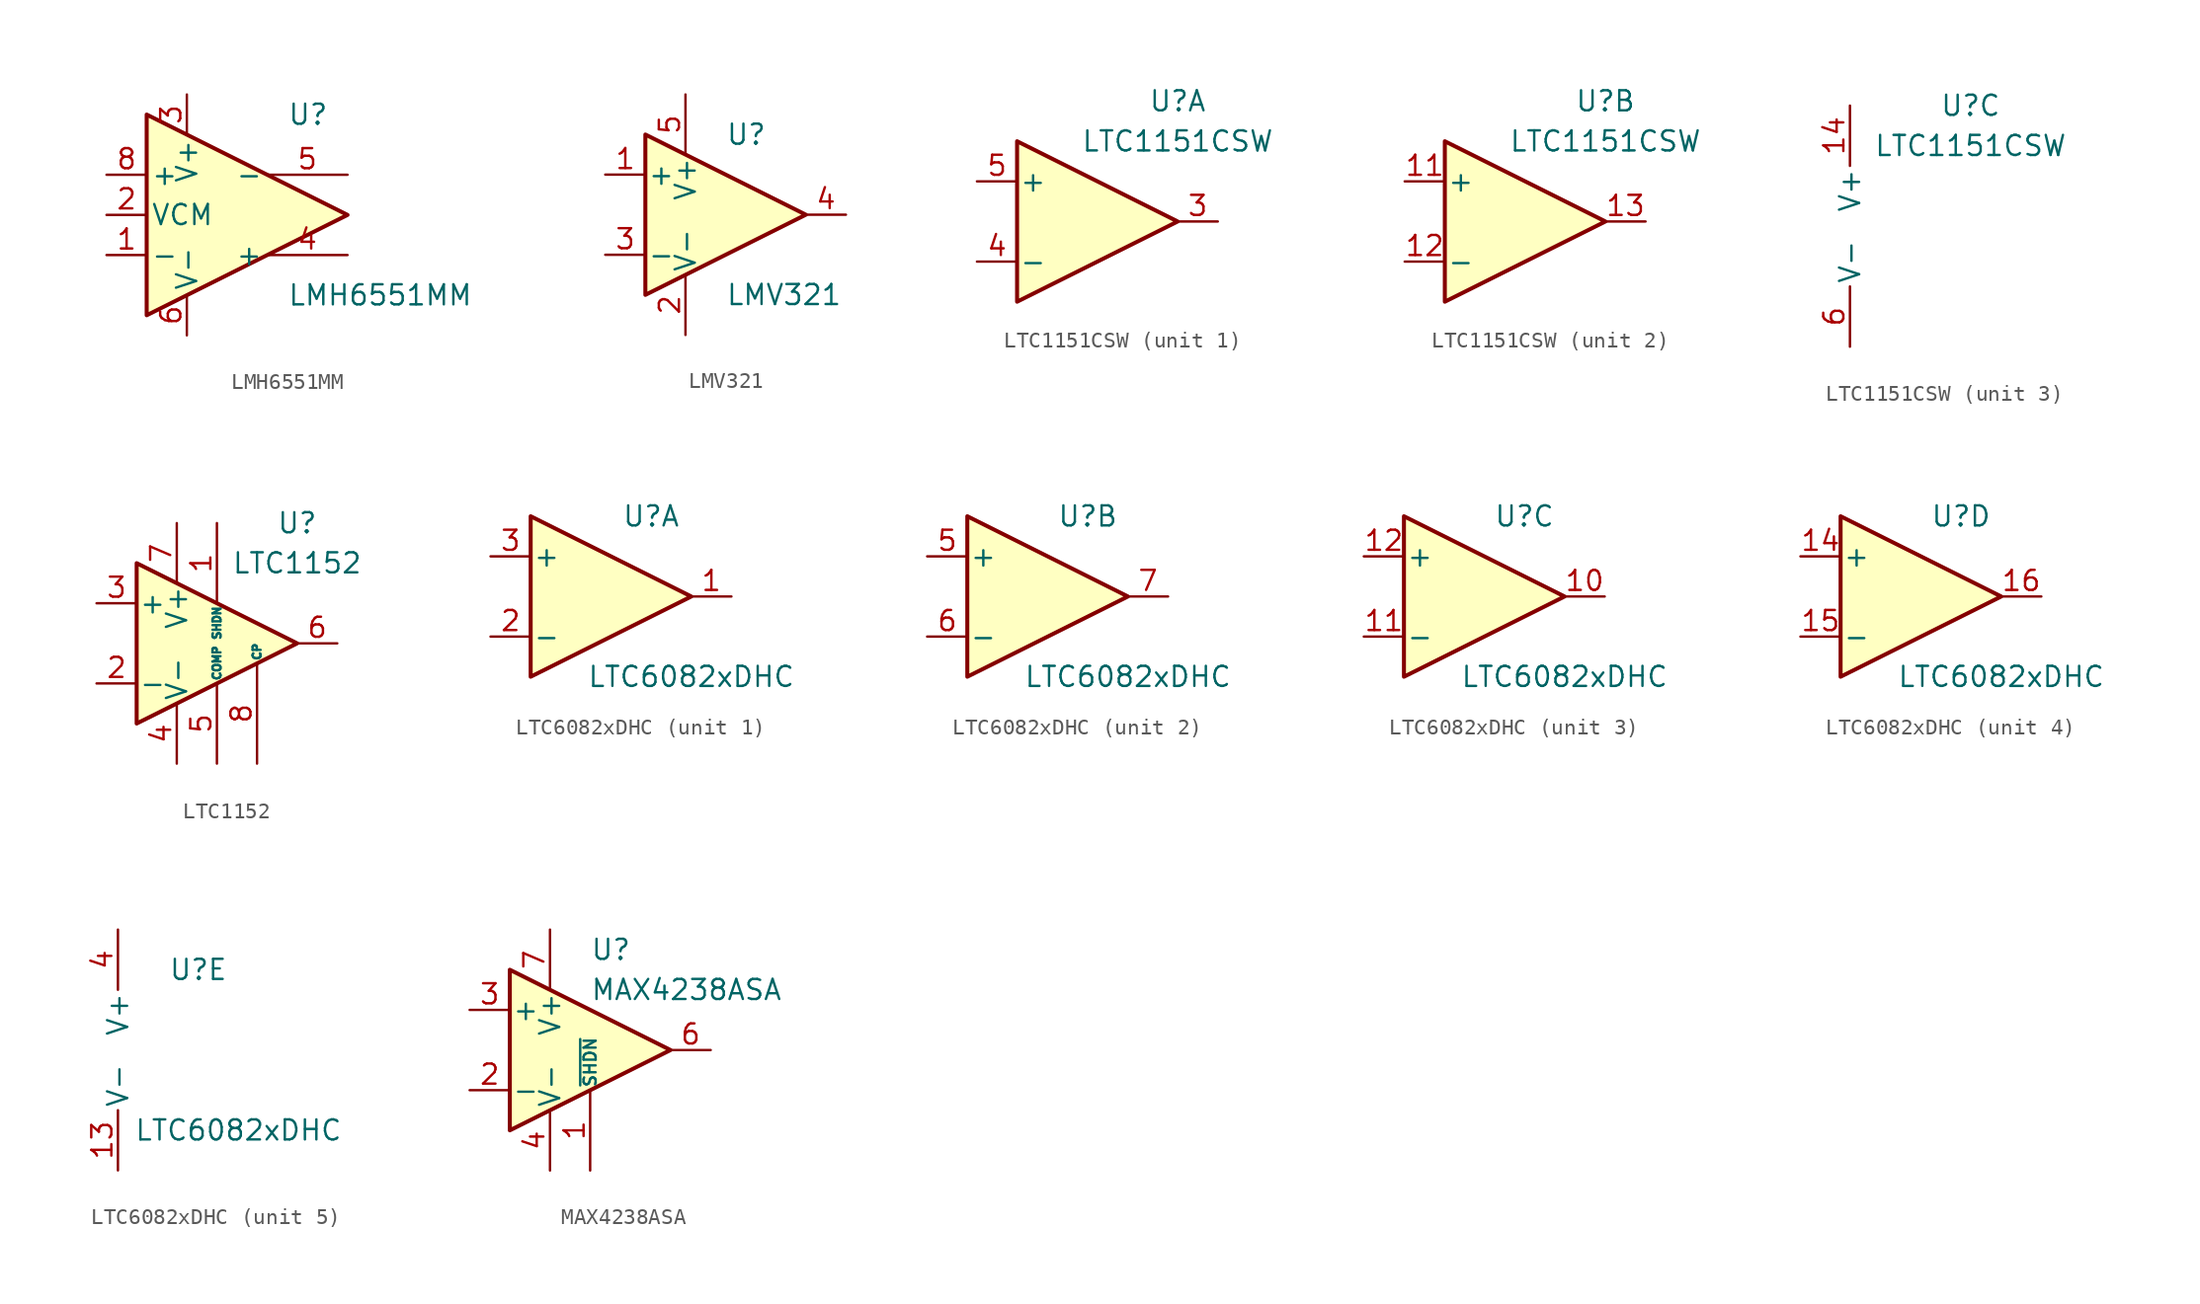
<source format=kicad_sym>
(kicad_symbol_lib
  (version 20200908)
  (generator kicad_symbol_editor)
  (symbol "Amplifier_Operational:LMH6551MM"
    (pin_names
      (offset 0.254))
    (property "Reference" "U"
      (at 3.81 6.35 0)
      (effects (font (size 1.27 1.27)) (justify left)))
    (property "Value" "LMH6551MM"
      (at 3.81 -5.08 0)
      (effects (font (size 1.27 1.27)) (justify left)))
    (symbol "LMH6551MM_0_1"
      (polyline (pts (xy 7.62 0) (xy -5.08 6.35) (xy -5.08 -6.35) (xy 7.62 0)) (stroke (width 0.254)) (fill (type background))))
    (symbol "LMH6551MM_1_1"
      (pin input line (at -7.62 -2.54 0) (length 2.54) (name "-" (effects (font (size 1.27 1.27)))) (number "1" (effects (font (size 1.27 1.27)))))
      (pin input line (at -7.62 0 0) (length 2.54) (name "VCM" (effects (font (size 1.27 1.27)))) (number "2" (effects (font (size 1.27 1.27)))))
      (pin power_in line (at -2.54 7.62 270) (length 2.54) (name "V+" (effects (font (size 1.27 1.27)))) (number "3" (effects (font (size 1.27 1.27)))))
      (pin output line (at 7.62 -2.54 180) (length 5.08) (name "+" (effects (font (size 1.27 1.27)))) (number "4" (effects (font (size 1.27 1.27)))))
      (pin output line (at 7.62 2.54 180) (length 5.08) (name "-" (effects (font (size 1.27 1.27)))) (number "5" (effects (font (size 1.27 1.27)))))
      (pin power_in line (at -2.54 -7.62 90) (length 2.54) (name "V-" (effects (font (size 1.27 1.27)))) (number "6" (effects (font (size 1.27 1.27)))))
      (pin unconnected line (at 5.08 0 180) (length 2.54) hide (name "NC" (effects (font (size 1.27 1.27)))) (number "7" (effects (font (size 1.27 1.27)))))
      (pin input line (at -7.62 2.54 0) (length 2.54) (name "+" (effects (font (size 1.27 1.27)))) (number "8" (effects (font (size 1.27 1.27)))))))
  (symbol "Amplifier_Operational:LMV321"
    (pin_names
      (offset 0.127))
    (property "Reference" "U"
      (at 0 5.08 0)
      (effects (font (size 1.27 1.27)) (justify left)))
    (property "Value" "LMV321"
      (at 0 -5.08 0)
      (effects (font (size 1.27 1.27)) (justify left)))
    (symbol "LMV321_0_1"
      (polyline (pts (xy -5.08 5.08) (xy 5.08 0) (xy -5.08 -5.08) (xy -5.08 5.08)) (stroke (width 0.254)) (fill (type background)))
      (pin power_in line (at -2.54 -7.62 90) (length 3.81) (name "V-" (effects (font (size 1.27 1.27)))) (number "2" (effects (font (size 1.27 1.27)))))
      (pin power_in line (at -2.54 7.62 270) (length 3.81) (name "V+" (effects (font (size 1.27 1.27)))) (number "5" (effects (font (size 1.27 1.27))))))
    (symbol "LMV321_1_1"
      (pin input line (at -7.62 2.54 0) (length 2.54) (name "+" (effects (font (size 1.27 1.27)))) (number "1" (effects (font (size 1.27 1.27)))))
      (pin input line (at -7.62 -2.54 0) (length 2.54) (name "-" (effects (font (size 1.27 1.27)))) (number "3" (effects (font (size 1.27 1.27)))))
      (pin output line (at 7.62 0 180) (length 2.54) (name "~" (effects (font (size 1.27 1.27)))) (number "4" (effects (font (size 1.27 1.27)))))))
  (symbol "Amplifier_Operational:LTC1151CSW"
    (pin_names
      (offset 0.127))
    (property "Reference" "U"
      (at 5.08 7.62 0)
      (effects (font (size 1.27 1.27))))
    (property "Value" "LTC1151CSW"
      (at 5.08 5.08 0)
      (effects (font (size 1.27 1.27))))
    (property "ki_locked" ""
      (at 0 0 0)
      (effects (font (size 1.27 1.27))))
    (symbol "LTC1151CSW_1_1"
      (polyline (pts (xy -5.08 5.08) (xy -5.08 -5.08) (xy 5.08 0) (xy -5.08 5.08)) (stroke (width 0.254)) (fill (type background)))
      (pin unconnected line (at -2.54 -2.54 90) (length 2.54) hide (name "NC" (effects (font (size 1.27 1.27)))) (number "1" (effects (font (size 1.27 1.27)))))
      (pin unconnected line (at 0 -2.54 90) (length 2.54) hide (name "NC" (effects (font (size 1.27 1.27)))) (number "2" (effects (font (size 1.27 1.27)))))
      (pin output line (at 7.62 0 180) (length 2.54) (name "~" (effects (font (size 1.27 1.27)))) (number "3" (effects (font (size 1.27 1.27)))))
      (pin input line (at -7.62 -2.54 0) (length 2.54) (name "-" (effects (font (size 1.27 1.27)))) (number "4" (effects (font (size 1.27 1.27)))))
      (pin input line (at -7.62 2.54 0) (length 2.54) (name "+" (effects (font (size 1.27 1.27)))) (number "5" (effects (font (size 1.27 1.27)))))
      (pin unconnected line (at -2.54 2.54 270) (length 2.54) hide (name "NC" (effects (font (size 1.27 1.27)))) (number "7" (effects (font (size 1.27 1.27)))))
      (pin unconnected line (at 0 2.54 270) (length 2.54) hide (name "NC" (effects (font (size 1.27 1.27)))) (number "8" (effects (font (size 1.27 1.27))))))
    (symbol "LTC1151CSW_2_1"
      (polyline (pts (xy -5.08 5.08) (xy -5.08 -5.08) (xy 5.08 0) (xy -5.08 5.08)) (stroke (width 0.254)) (fill (type background)))
      (pin unconnected line (at 0 -2.54 90) (length 2.54) hide (name "NC" (effects (font (size 1.27 1.27)))) (number "10" (effects (font (size 1.27 1.27)))))
      (pin input line (at -7.62 2.54 0) (length 2.54) (name "+" (effects (font (size 1.27 1.27)))) (number "11" (effects (font (size 1.27 1.27)))))
      (pin input line (at -7.62 -2.54 0) (length 2.54) (name "-" (effects (font (size 1.27 1.27)))) (number "12" (effects (font (size 1.27 1.27)))))
      (pin output line (at 7.62 0 180) (length 2.54) (name "~" (effects (font (size 1.27 1.27)))) (number "13" (effects (font (size 1.27 1.27)))))
      (pin unconnected line (at -2.54 2.54 270) (length 2.54) hide (name "NC" (effects (font (size 1.27 1.27)))) (number "15" (effects (font (size 1.27 1.27)))))
      (pin unconnected line (at 0 2.54 270) (length 2.54) hide (name "NC" (effects (font (size 1.27 1.27)))) (number "16" (effects (font (size 1.27 1.27)))))
      (pin unconnected line (at -2.54 -2.54 90) (length 2.54) hide (name "NC" (effects (font (size 1.27 1.27)))) (number "9" (effects (font (size 1.27 1.27))))))
    (symbol "LTC1151CSW_3_1"
      (pin power_in line (at -2.54 7.62 270) (length 3.81) (name "V+" (effects (font (size 1.27 1.27)))) (number "14" (effects (font (size 1.27 1.27)))))
      (pin power_in line (at -2.54 -7.62 90) (length 3.81) (name "V-" (effects (font (size 1.27 1.27)))) (number "6" (effects (font (size 1.27 1.27)))))))
  (symbol "Amplifier_Operational:LTC1152"
    (pin_names
      (offset 0.127))
    (property "Reference" "U"
      (at 5.08 7.62 0)
      (effects (font (size 1.27 1.27))))
    (property "Value" "LTC1152"
      (at 5.08 5.08 0)
      (effects (font (size 1.27 1.27))))
    (symbol "LTC1152_0_1"
      (polyline (pts (xy -5.08 5.08) (xy -5.08 -5.08) (xy 5.08 0) (xy -5.08 5.08)) (stroke (width 0.254)) (fill (type background))))
    (symbol "LTC1152_1_1"
      (pin input line (at 0 7.62 270) (length 5.08) (name "SHDN" (effects (font (size 0.508 0.508)))) (number "1" (effects (font (size 1.27 1.27)))))
      (pin input line (at -7.62 -2.54 0) (length 2.54) (name "-" (effects (font (size 1.27 1.27)))) (number "2" (effects (font (size 1.27 1.27)))))
      (pin input line (at -7.62 2.54 0) (length 2.54) (name "+" (effects (font (size 1.27 1.27)))) (number "3" (effects (font (size 1.27 1.27)))))
      (pin power_in line (at -2.54 -7.62 90) (length 3.81) (name "V-" (effects (font (size 1.27 1.27)))) (number "4" (effects (font (size 1.27 1.27)))))
      (pin input line (at 0 -7.62 90) (length 5.08) (name "COMP" (effects (font (size 0.508 0.508)))) (number "5" (effects (font (size 1.27 1.27)))))
      (pin output line (at 7.62 0 180) (length 2.54) (name "~" (effects (font (size 1.27 1.27)))) (number "6" (effects (font (size 1.27 1.27)))))
      (pin power_in line (at -2.54 7.62 270) (length 3.81) (name "V+" (effects (font (size 1.27 1.27)))) (number "7" (effects (font (size 1.27 1.27)))))
      (pin output line (at 2.54 -7.62 90) (length 6.35) (name "CP" (effects (font (size 0.508 0.508)))) (number "8" (effects (font (size 1.27 1.27)))))))
  (symbol "Amplifier_Operational:LTC6082xDHC"
    (pin_names
      (offset 0.127))
    (property "Reference" "U"
      (at 2.54 5.08 0)
      (effects (font (size 1.27 1.27))))
    (property "Value" "LTC6082xDHC"
      (at 5.08 -5.08 0)
      (effects (font (size 1.27 1.27))))
    (property "ki_locked" ""
      (at 0 0 0)
      (effects (font (size 1.27 1.27))))
    (symbol "LTC6082xDHC_1_1"
      (polyline (pts (xy -5.08 5.08) (xy 5.08 0) (xy -5.08 -5.08) (xy -5.08 5.08)) (stroke (width 0.254)) (fill (type background)))
      (pin output line (at 7.62 0 180) (length 2.54) (name "~" (effects (font (size 1.27 1.27)))) (number "1" (effects (font (size 1.27 1.27)))))
      (pin input line (at -7.62 -2.54 0) (length 2.54) (name "-" (effects (font (size 1.27 1.27)))) (number "2" (effects (font (size 1.27 1.27)))))
      (pin input line (at -7.62 2.54 0) (length 2.54) (name "+" (effects (font (size 1.27 1.27)))) (number "3" (effects (font (size 1.27 1.27)))))
      (pin unconnected line (at -2.54 -2.54 90) (length 2.54) hide (name "NC" (effects (font (size 1.27 1.27)))) (number "8" (effects (font (size 1.27 1.27)))))
      (pin unconnected line (at 0 -2.54 90) (length 2.54) hide (name "NC" (effects (font (size 1.27 1.27)))) (number "9" (effects (font (size 1.27 1.27))))))
    (symbol "LTC6082xDHC_2_1"
      (polyline (pts (xy -5.08 5.08) (xy 5.08 0) (xy -5.08 -5.08) (xy -5.08 5.08)) (stroke (width 0.254)) (fill (type background)))
      (pin input line (at -7.62 2.54 0) (length 2.54) (name "+" (effects (font (size 1.27 1.27)))) (number "5" (effects (font (size 1.27 1.27)))))
      (pin input line (at -7.62 -2.54 0) (length 2.54) (name "-" (effects (font (size 1.27 1.27)))) (number "6" (effects (font (size 1.27 1.27)))))
      (pin output line (at 7.62 0 180) (length 2.54) (name "~" (effects (font (size 1.27 1.27)))) (number "7" (effects (font (size 1.27 1.27))))))
    (symbol "LTC6082xDHC_3_1"
      (polyline (pts (xy -5.08 5.08) (xy 5.08 0) (xy -5.08 -5.08) (xy -5.08 5.08)) (stroke (width 0.254)) (fill (type background)))
      (pin output line (at 7.62 0 180) (length 2.54) (name "~" (effects (font (size 1.27 1.27)))) (number "10" (effects (font (size 1.27 1.27)))))
      (pin input line (at -7.62 -2.54 0) (length 2.54) (name "-" (effects (font (size 1.27 1.27)))) (number "11" (effects (font (size 1.27 1.27)))))
      (pin input line (at -7.62 2.54 0) (length 2.54) (name "+" (effects (font (size 1.27 1.27)))) (number "12" (effects (font (size 1.27 1.27))))))
    (symbol "LTC6082xDHC_4_1"
      (polyline (pts (xy -5.08 5.08) (xy 5.08 0) (xy -5.08 -5.08) (xy -5.08 5.08)) (stroke (width 0.254)) (fill (type background)))
      (pin input line (at -7.62 2.54 0) (length 2.54) (name "+" (effects (font (size 1.27 1.27)))) (number "14" (effects (font (size 1.27 1.27)))))
      (pin input line (at -7.62 -2.54 0) (length 2.54) (name "-" (effects (font (size 1.27 1.27)))) (number "15" (effects (font (size 1.27 1.27)))))
      (pin output line (at 7.62 0 180) (length 2.54) (name "~" (effects (font (size 1.27 1.27)))) (number "16" (effects (font (size 1.27 1.27))))))
    (symbol "LTC6082xDHC_5_1"
      (pin power_in line (at -2.54 -7.62 90) (length 3.81) (name "V-" (effects (font (size 1.27 1.27)))) (number "13" (effects (font (size 1.27 1.27)))))
      (pin passive line (at -2.54 -7.62 90) (length 3.81) hide (name "V-" (effects (font (size 1.27 1.27)))) (number "17" (effects (font (size 1.27 1.27)))))
      (pin power_in line (at -2.54 7.62 270) (length 3.81) (name "V+" (effects (font (size 1.27 1.27)))) (number "4" (effects (font (size 1.27 1.27)))))))
  (symbol "Amplifier_Operational:MAX4238ASA"
    (pin_names
      (offset 0.127))
    (property "Reference" "U"
      (at 0 6.35 0)
      (effects (font (size 1.27 1.27)) (justify left)))
    (property "Value" "MAX4238ASA"
      (at 0 3.81 0)
      (effects (font (size 1.27 1.27)) (justify left)))
    (symbol "MAX4238ASA_0_1"
      (polyline (pts (xy -5.08 5.08) (xy 5.08 0) (xy -5.08 -5.08) (xy -5.08 5.08)) (stroke (width 0.254)) (fill (type background))))
    (symbol "MAX4238ASA_1_1"
      (pin input line (at 0 -7.62 90) (length 5.08) (name "~SHDN" (effects (font (size 0.762 0.762)))) (number "1" (effects (font (size 1.27 1.27)))))
      (pin input line (at -7.62 -2.54 0) (length 2.54) (name "-" (effects (font (size 1.27 1.27)))) (number "2" (effects (font (size 1.27 1.27)))))
      (pin input line (at -7.62 2.54 0) (length 2.54) (name "+" (effects (font (size 1.27 1.27)))) (number "3" (effects (font (size 1.27 1.27)))))
      (pin power_in line (at -2.54 -7.62 90) (length 3.81) (name "V-" (effects (font (size 1.27 1.27)))) (number "4" (effects (font (size 1.27 1.27)))))
      (pin unconnected line (at 0 -2.54 90) (length 2.54) hide (name "NC" (effects (font (size 1.27 1.27)))) (number "5" (effects (font (size 1.27 1.27)))))
      (pin output line (at 7.62 0 180) (length 2.54) (name "~" (effects (font (size 1.27 1.27)))) (number "6" (effects (font (size 1.27 1.27)))))
      (pin power_in line (at -2.54 7.62 270) (length 3.81) (name "V+" (effects (font (size 1.27 1.27)))) (number "7" (effects (font (size 1.27 1.27)))))
      (pin unconnected line (at 0 2.54 270) (length 2.54) hide (name "NC" (effects (font (size 1.27 1.27)))) (number "8" (effects (font (size 1.27 1.27))))))))
</source>
